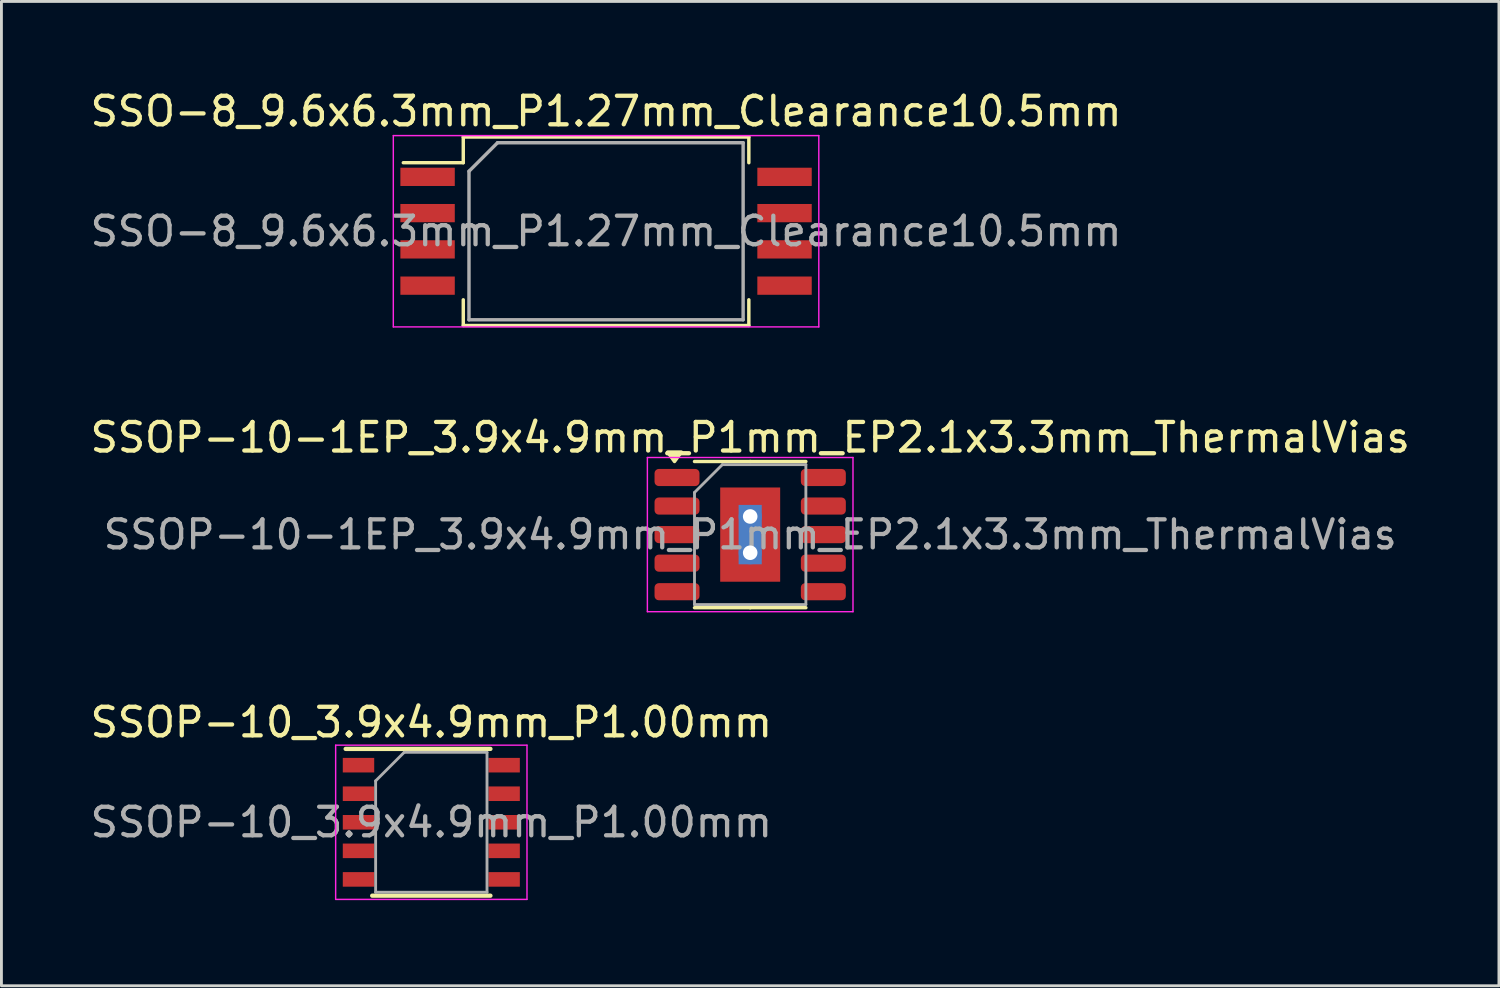
<source format=kicad_pcb>
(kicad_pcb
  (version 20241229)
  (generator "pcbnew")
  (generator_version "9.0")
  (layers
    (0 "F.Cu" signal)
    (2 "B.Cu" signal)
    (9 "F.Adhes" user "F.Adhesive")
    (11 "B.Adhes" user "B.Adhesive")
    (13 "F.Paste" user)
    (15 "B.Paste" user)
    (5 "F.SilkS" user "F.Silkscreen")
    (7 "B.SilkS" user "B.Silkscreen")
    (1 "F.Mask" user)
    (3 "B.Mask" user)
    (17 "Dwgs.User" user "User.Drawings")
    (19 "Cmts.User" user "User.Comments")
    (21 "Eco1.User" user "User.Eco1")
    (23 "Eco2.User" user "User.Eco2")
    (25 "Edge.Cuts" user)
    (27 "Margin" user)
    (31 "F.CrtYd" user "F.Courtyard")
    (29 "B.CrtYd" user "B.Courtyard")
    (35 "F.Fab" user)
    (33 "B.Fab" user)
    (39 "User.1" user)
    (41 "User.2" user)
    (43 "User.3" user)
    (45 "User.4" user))
  (footprint "SSOP-10-1EP_3.9x4.9mm_P1mm_EP2.1x3.3mm_ThermalVias"
    (layer "F.Cu")
    (at 23.22 15.671)
    (property "Reference" "SSOP-10-1EP_3.9x4.9mm_P1mm_EP2.1x3.3mm_ThermalVias" (at 0 -3.4 0) (layer "F.SilkS") (effects (font (size 1 1) (thickness 0.15))))
    (attr smd)
    (fp_line (start 0 -2.56) (end -1.95 -2.56) (stroke (width 0.12) (type solid)) (layer "F.SilkS"))
    (fp_line (start 0 -2.56) (end 1.95 -2.56) (stroke (width 0.12) (type solid)) (layer "F.SilkS"))
    (fp_line (start 0 2.56) (end -1.95 2.56) (stroke (width 0.12) (type solid)) (layer "F.SilkS"))
    (fp_line (start 0 2.56) (end 1.95 2.56) (stroke (width 0.12) (type solid)) (layer "F.SilkS"))
    (fp_poly (pts (xy -2.65 -2.56) (xy -2.89 -2.89) (xy -2.41 -2.89) (xy -2.65 -2.56)) (stroke (width 0.12) (type solid)) (fill yes) (layer "F.SilkS"))
    (fp_line (start -3.6 -2.7) (end -3.6 2.7) (stroke (width 0.05) (type solid)) (layer "F.CrtYd"))
    (fp_line (start -3.6 2.7) (end 3.6 2.7) (stroke (width 0.05) (type solid)) (layer "F.CrtYd"))
    (fp_line (start 3.6 -2.7) (end -3.6 -2.7) (stroke (width 0.05) (type solid)) (layer "F.CrtYd"))
    (fp_line (start 3.6 2.7) (end 3.6 -2.7) (stroke (width 0.05) (type solid)) (layer "F.CrtYd"))
    (fp_line (start -1.95 -1.475) (end -0.975 -2.45) (stroke (width 0.1) (type solid)) (layer "F.Fab"))
    (fp_line (start -1.95 2.45) (end -1.95 -1.475) (stroke (width 0.1) (type solid)) (layer "F.Fab"))
    (fp_line (start -0.975 -2.45) (end 1.95 -2.45) (stroke (width 0.1) (type solid)) (layer "F.Fab"))
    (fp_line (start 1.95 -2.45) (end 1.95 2.45) (stroke (width 0.1) (type solid)) (layer "F.Fab"))
    (fp_line (start 1.95 2.45) (end -1.95 2.45) (stroke (width 0.1) (type solid)) (layer "F.Fab"))
    (fp_text user "${REFERENCE}" (at 0 0 0) (layer "F.Fab") (effects (font (size 0.98 0.98) (thickness 0.15))))
    (pad "" smd roundrect (at 0 0) (size 1.69 2.66) (layers "F.Paste") (roundrect_rratio 0.148))
    (pad "1" smd roundrect (at -2.562 -2) (size 1.575 0.6) (layers "F.Cu" "F.Mask" "F.Paste") (roundrect_rratio 0.25))
    (pad "2" smd roundrect (at -2.562 -1) (size 1.575 0.6) (layers "F.Cu" "F.Mask" "F.Paste") (roundrect_rratio 0.25))
    (pad "3" smd roundrect (at -2.562 0) (size 1.575 0.6) (layers "F.Cu" "F.Mask" "F.Paste") (roundrect_rratio 0.25))
    (pad "4" smd roundrect (at -2.562 1) (size 1.575 0.6) (layers "F.Cu" "F.Mask" "F.Paste") (roundrect_rratio 0.25))
    (pad "5" smd roundrect (at -2.562 2) (size 1.575 0.6) (layers "F.Cu" "F.Mask" "F.Paste") (roundrect_rratio 0.25))
    (pad "6" smd roundrect (at 2.562 2) (size 1.575 0.6) (layers "F.Cu" "F.Mask" "F.Paste") (roundrect_rratio 0.25))
    (pad "7" smd roundrect (at 2.562 1) (size 1.575 0.6) (layers "F.Cu" "F.Mask" "F.Paste") (roundrect_rratio 0.25))
    (pad "8" smd roundrect (at 2.562 0) (size 1.575 0.6) (layers "F.Cu" "F.Mask" "F.Paste") (roundrect_rratio 0.25))
    (pad "9" smd roundrect (at 2.562 -1) (size 1.575 0.6) (layers "F.Cu" "F.Mask" "F.Paste") (roundrect_rratio 0.25))
    (pad "10" smd roundrect (at 2.562 -2) (size 1.575 0.6) (layers "F.Cu" "F.Mask" "F.Paste") (roundrect_rratio 0.25))
    (pad "11" thru_hole circle (at 0 -0.635) (size 0.81 0.81) (drill 0.51) (property pad_prop_heatsink) (layers "*.Cu"))
    (pad "11" smd rect (at 0 0) (size 0.81 2.08) (property pad_prop_heatsink) (layers "B.Cu"))
    (pad "11" smd rect (at 0 0) (size 2.1 3.3) (property pad_prop_heatsink) (layers "F.Cu" "F.Mask"))
    (pad "11" thru_hole circle (at 0 0.635) (size 0.81 0.81) (drill 0.51) (property pad_prop_heatsink) (layers "*.Cu")))
  (footprint "SSOP-10_3.9x4.9mm_P1.00mm"
    (layer "F.Cu")
    (at 12.054 25.745)
    (property "Reference" "SSOP-10_3.9x4.9mm_P1.00mm" (at 0 -3.5 0) (layer "F.SilkS") (effects (font (size 1 1) (thickness 0.15))))
    (attr smd)
    (fp_line (start -3 -2.57) (end 2.07 -2.57) (stroke (width 0.15) (type solid)) (layer "F.SilkS"))
    (fp_line (start -2.07 2.57) (end 2.07 2.57) (stroke (width 0.15) (type solid)) (layer "F.SilkS"))
    (fp_line (start -3.35 -2.7) (end -3.35 2.7) (stroke (width 0.05) (type solid)) (layer "F.CrtYd"))
    (fp_line (start -3.35 -2.7) (end 3.35 -2.7) (stroke (width 0.05) (type solid)) (layer "F.CrtYd"))
    (fp_line (start -3.35 2.7) (end 3.35 2.7) (stroke (width 0.05) (type solid)) (layer "F.CrtYd"))
    (fp_line (start 3.35 -2.7) (end 3.35 2.7) (stroke (width 0.05) (type solid)) (layer "F.CrtYd"))
    (fp_line (start -1.95 -1.45) (end -0.95 -2.45) (stroke (width 0.1) (type solid)) (layer "F.Fab"))
    (fp_line (start -1.95 2.45) (end -1.95 -1.45) (stroke (width 0.1) (type solid)) (layer "F.Fab"))
    (fp_line (start -0.95 -2.45) (end 1.95 -2.45) (stroke (width 0.1) (type solid)) (layer "F.Fab"))
    (fp_line (start 1.95 -2.45) (end 1.95 2.45) (stroke (width 0.1) (type solid)) (layer "F.Fab"))
    (fp_line (start 1.95 2.45) (end -1.95 2.45) (stroke (width 0.1) (type solid)) (layer "F.Fab"))
    (fp_text user "${REFERENCE}" (at 0 0 0) (layer "F.Fab") (effects (font (size 1 1) (thickness 0.15))))
    (pad "1" smd rect (at -2.55 -2) (size 1.1 0.51) (layers "F.Cu" "F.Mask" "F.Paste"))
    (pad "2" smd rect (at -2.55 -1) (size 1.1 0.51) (layers "F.Cu" "F.Mask" "F.Paste"))
    (pad "3" smd rect (at -2.55 0) (size 1.1 0.51) (layers "F.Cu" "F.Mask" "F.Paste"))
    (pad "4" smd rect (at -2.55 1) (size 1.1 0.51) (layers "F.Cu" "F.Mask" "F.Paste"))
    (pad "5" smd rect (at -2.55 2) (size 1.1 0.51) (layers "F.Cu" "F.Mask" "F.Paste"))
    (pad "6" smd rect (at 2.55 2) (size 1.1 0.51) (layers "F.Cu" "F.Mask" "F.Paste"))
    (pad "7" smd rect (at 2.55 1) (size 1.1 0.51) (layers "F.Cu" "F.Mask" "F.Paste"))
    (pad "8" smd rect (at 2.55 0) (size 1.1 0.51) (layers "F.Cu" "F.Mask" "F.Paste"))
    (pad "9" smd rect (at 2.55 -1) (size 1.1 0.51) (layers "F.Cu" "F.Mask" "F.Paste"))
    (pad "10" smd rect (at 2.55 -2) (size 1.1 0.51) (layers "F.Cu" "F.Mask" "F.Paste")))
  (footprint "SSO-8_9.6x6.3mm_P1.27mm_Clearance10.5mm"
    (layer "F.Cu")
    (at 18.173 5.048)
    (property "Reference" "SSO-8_9.6x6.3mm_P1.27mm_Clearance10.5mm" (at 0 -4.2 0) (layer "F.SilkS") (effects (font (size 1 1) (thickness 0.15))))
    (attr smd)
    (fp_line (start -7.1 -2.4) (end -5 -2.4) (stroke (width 0.12) (type solid)) (layer "F.SilkS"))
    (fp_line (start -5 -3.3) (end 5 -3.3) (stroke (width 0.12) (type solid)) (layer "F.SilkS"))
    (fp_line (start -5 -2.4) (end -5 -3.3) (stroke (width 0.12) (type solid)) (layer "F.SilkS"))
    (fp_line (start -5 3.3) (end -5 2.4) (stroke (width 0.12) (type solid)) (layer "F.SilkS"))
    (fp_line (start 5 -3.3) (end 5 -2.4) (stroke (width 0.12) (type solid)) (layer "F.SilkS"))
    (fp_line (start 5 2.4) (end 5 3.3) (stroke (width 0.12) (type solid)) (layer "F.SilkS"))
    (fp_line (start 5 3.3) (end -5 3.3) (stroke (width 0.12) (type solid)) (layer "F.SilkS"))
    (fp_line (start -7.45 -3.35) (end -7.45 3.35) (stroke (width 0.05) (type solid)) (layer "F.CrtYd"))
    (fp_line (start -7.45 -3.35) (end 7.45 -3.35) (stroke (width 0.05) (type solid)) (layer "F.CrtYd"))
    (fp_line (start 7.45 3.35) (end -7.45 3.35) (stroke (width 0.05) (type solid)) (layer "F.CrtYd"))
    (fp_line (start 7.45 3.35) (end 7.45 -3.35) (stroke (width 0.05) (type solid)) (layer "F.CrtYd"))
    (fp_line (start -4.8 -2.1) (end -4.8 3.1) (stroke (width 0.12) (type solid)) (layer "F.Fab"))
    (fp_line (start -4.8 3.1) (end 4.8 3.1) (stroke (width 0.12) (type solid)) (layer "F.Fab"))
    (fp_line (start -3.8 -3.1) (end -4.8 -2.1) (stroke (width 0.12) (type solid)) (layer "F.Fab"))
    (fp_line (start 4.8 -3.1) (end -3.8 -3.1) (stroke (width 0.12) (type solid)) (layer "F.Fab"))
    (fp_line (start 4.8 3.1) (end 4.8 -3.1) (stroke (width 0.12) (type solid)) (layer "F.Fab"))
    (fp_text user "${REFERENCE}" (at 0 0 0) (layer "F.Fab") (effects (font (size 1 1) (thickness 0.15))))
    (pad "1" smd rect (at -6.25 -1.905) (size 1.905 0.64) (layers "F.Cu" "F.Mask" "F.Paste"))
    (pad "2" smd rect (at -6.25 -0.635) (size 1.905 0.64) (layers "F.Cu" "F.Mask" "F.Paste"))
    (pad "3" smd rect (at -6.25 0.635) (size 1.905 0.64) (layers "F.Cu" "F.Mask" "F.Paste"))
    (pad "4" smd rect (at -6.25 1.905) (size 1.905 0.64) (layers "F.Cu" "F.Mask" "F.Paste"))
    (pad "5" smd rect (at 6.25 1.905) (size 1.905 0.64) (layers "F.Cu" "F.Mask" "F.Paste"))
    (pad "6" smd rect (at 6.25 0.635) (size 1.905 0.64) (layers "F.Cu" "F.Mask" "F.Paste"))
    (pad "7" smd rect (at 6.25 -0.635) (size 1.905 0.64) (layers "F.Cu" "F.Mask" "F.Paste"))
    (pad "8" smd rect (at 6.25 -1.905) (size 1.905 0.64) (layers "F.Cu" "F.Mask" "F.Paste")))
  (gr_rect
    (start -3 -3)
    (end 49.44 31.47)
    (stroke (width 0.1) (type default))
    (fill no)
    (layer "Edge.Cuts")))
</source>
